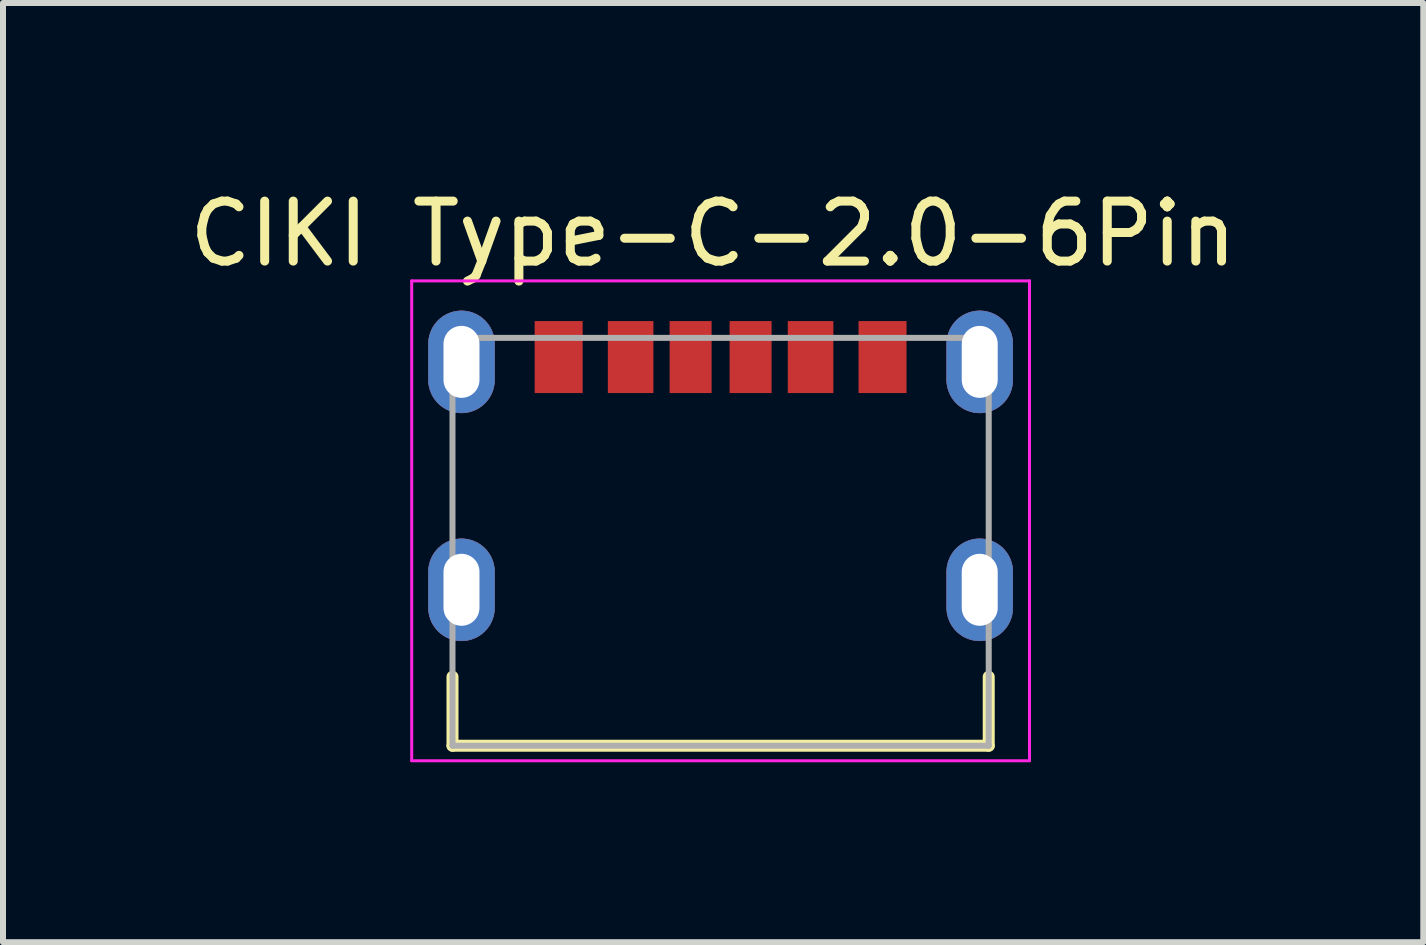
<source format=kicad_pcb>
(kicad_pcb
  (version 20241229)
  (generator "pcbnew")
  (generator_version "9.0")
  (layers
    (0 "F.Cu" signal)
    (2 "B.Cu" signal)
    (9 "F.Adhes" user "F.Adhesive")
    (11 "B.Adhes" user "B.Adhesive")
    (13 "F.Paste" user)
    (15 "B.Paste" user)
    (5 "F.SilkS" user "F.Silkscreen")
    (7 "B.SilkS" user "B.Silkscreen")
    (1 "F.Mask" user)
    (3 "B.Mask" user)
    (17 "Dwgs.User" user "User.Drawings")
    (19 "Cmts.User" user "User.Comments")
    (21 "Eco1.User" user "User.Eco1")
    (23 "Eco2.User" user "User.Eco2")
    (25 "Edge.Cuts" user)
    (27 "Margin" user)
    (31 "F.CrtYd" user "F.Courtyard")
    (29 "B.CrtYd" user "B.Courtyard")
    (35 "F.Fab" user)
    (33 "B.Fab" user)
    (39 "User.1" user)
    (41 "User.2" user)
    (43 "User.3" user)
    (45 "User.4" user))
  (footprint "CIKI Type-C-2.0-6Pin"
    (layer "F.Cu")
    (at 8.964 5.983)
    (property "Reference" "CIKI Type-C-2.0-6Pin" (at -0.125 -5.135 0) (layer "F.SilkS") (effects (font (size 1 1) (thickness 0.15))))
    (attr through_hole)
    (fp_poly (pts (xy -4.32 -3.85) (xy -4.349 -3.849) (xy -4.377 -3.847) (xy -4.406 -3.843) (xy -4.434 -3.838) (xy -4.462 -3.831) (xy -4.49 -3.823) (xy -4.517 -3.813) (xy -4.544 -3.802) (xy -4.57 -3.79) (xy -4.595 -3.776) (xy -4.62 -3.761) (xy -4.643 -3.745) (xy -4.666 -3.727) (xy -4.688 -3.709) (xy -4.709 -3.689) (xy -4.729 -3.668) (xy -4.747 -3.646) (xy -4.765 -3.623) (xy -4.781 -3.6) (xy -4.796 -3.575) (xy -4.81 -3.55) (xy -4.822 -3.524) (xy -4.833 -3.497) (xy -4.843 -3.47) (xy -4.851 -3.442) (xy -4.858 -3.414) (xy -4.863 -3.386) (xy -4.867 -3.357) (xy -4.869 -3.329) (xy -4.87 -3.3) (xy -4.87 -2.7) (xy -4.869 -2.671) (xy -4.867 -2.643) (xy -4.863 -2.614) (xy -4.858 -2.586) (xy -4.851 -2.558) (xy -4.843 -2.53) (xy -4.833 -2.503) (xy -4.822 -2.476) (xy -4.81 -2.45) (xy -4.796 -2.425) (xy -4.781 -2.4) (xy -4.765 -2.377) (xy -4.747 -2.354) (xy -4.729 -2.332) (xy -4.709 -2.311) (xy -4.688 -2.291) (xy -4.666 -2.273) (xy -4.643 -2.255) (xy -4.62 -2.239) (xy -4.595 -2.224) (xy -4.57 -2.21) (xy -4.544 -2.198) (xy -4.517 -2.187) (xy -4.49 -2.177) (xy -4.462 -2.169) (xy -4.434 -2.162) (xy -4.406 -2.157) (xy -4.377 -2.153) (xy -4.349 -2.151) (xy -4.32 -2.15) (xy -4.291 -2.151) (xy -4.263 -2.153) (xy -4.234 -2.157) (xy -4.206 -2.162) (xy -4.178 -2.169) (xy -4.15 -2.177) (xy -4.123 -2.187) (xy -4.096 -2.198) (xy -4.07 -2.21) (xy -4.045 -2.224) (xy -4.02 -2.239) (xy -3.997 -2.255) (xy -3.974 -2.273) (xy -3.952 -2.291) (xy -3.931 -2.311) (xy -3.911 -2.332) (xy -3.893 -2.354) (xy -3.875 -2.377) (xy -3.859 -2.4) (xy -3.844 -2.425) (xy -3.83 -2.45) (xy -3.818 -2.476) (xy -3.807 -2.503) (xy -3.797 -2.53) (xy -3.789 -2.558) (xy -3.782 -2.586) (xy -3.777 -2.614) (xy -3.773 -2.643) (xy -3.771 -2.671) (xy -3.77 -2.7) (xy -3.77 -3.3) (xy -3.771 -3.329) (xy -3.773 -3.357) (xy -3.777 -3.386) (xy -3.782 -3.414) (xy -3.789 -3.442) (xy -3.797 -3.47) (xy -3.807 -3.497) (xy -3.818 -3.524) (xy -3.83 -3.55) (xy -3.844 -3.575) (xy -3.859 -3.6) (xy -3.875 -3.623) (xy -3.893 -3.646) (xy -3.911 -3.668) (xy -3.931 -3.689) (xy -3.952 -3.709) (xy -3.974 -3.727) (xy -3.997 -3.745) (xy -4.02 -3.761) (xy -4.045 -3.776) (xy -4.07 -3.79) (xy -4.096 -3.802) (xy -4.123 -3.813) (xy -4.15 -3.823) (xy -4.178 -3.831) (xy -4.206 -3.838) (xy -4.234 -3.843) (xy -4.263 -3.847) (xy -4.291 -3.849) (xy -4.32 -3.85)) (stroke (width 0.01) (type solid)) (fill yes) (layer "F.Cu"))
    (fp_poly (pts (xy -4.32 -0.05) (xy -4.349 -0.049) (xy -4.377 -0.047) (xy -4.406 -0.043) (xy -4.434 -0.038) (xy -4.462 -0.031) (xy -4.49 -0.023) (xy -4.517 -0.013) (xy -4.544 -0.002) (xy -4.57 0.01) (xy -4.595 0.024) (xy -4.62 0.039) (xy -4.643 0.055) (xy -4.666 0.073) (xy -4.688 0.091) (xy -4.709 0.111) (xy -4.729 0.132) (xy -4.747 0.154) (xy -4.765 0.177) (xy -4.781 0.2) (xy -4.796 0.225) (xy -4.81 0.25) (xy -4.822 0.276) (xy -4.833 0.303) (xy -4.843 0.33) (xy -4.851 0.358) (xy -4.858 0.386) (xy -4.863 0.414) (xy -4.867 0.443) (xy -4.869 0.471) (xy -4.87 0.5) (xy -4.87 1.1) (xy -4.869 1.129) (xy -4.867 1.157) (xy -4.863 1.186) (xy -4.858 1.214) (xy -4.851 1.242) (xy -4.843 1.27) (xy -4.833 1.297) (xy -4.822 1.324) (xy -4.81 1.35) (xy -4.796 1.375) (xy -4.781 1.4) (xy -4.765 1.423) (xy -4.747 1.446) (xy -4.729 1.468) (xy -4.709 1.489) (xy -4.688 1.509) (xy -4.666 1.527) (xy -4.643 1.545) (xy -4.62 1.561) (xy -4.595 1.576) (xy -4.57 1.59) (xy -4.544 1.602) (xy -4.517 1.613) (xy -4.49 1.623) (xy -4.462 1.631) (xy -4.434 1.638) (xy -4.406 1.643) (xy -4.377 1.647) (xy -4.349 1.649) (xy -4.32 1.65) (xy -4.291 1.649) (xy -4.263 1.647) (xy -4.234 1.643) (xy -4.206 1.638) (xy -4.178 1.631) (xy -4.15 1.623) (xy -4.123 1.613) (xy -4.096 1.602) (xy -4.07 1.59) (xy -4.045 1.576) (xy -4.02 1.561) (xy -3.997 1.545) (xy -3.974 1.527) (xy -3.952 1.509) (xy -3.931 1.489) (xy -3.911 1.468) (xy -3.893 1.446) (xy -3.875 1.423) (xy -3.859 1.4) (xy -3.844 1.375) (xy -3.83 1.35) (xy -3.818 1.324) (xy -3.807 1.297) (xy -3.797 1.27) (xy -3.789 1.242) (xy -3.782 1.214) (xy -3.777 1.186) (xy -3.773 1.157) (xy -3.771 1.129) (xy -3.77 1.1) (xy -3.77 0.5) (xy -3.771 0.471) (xy -3.773 0.443) (xy -3.777 0.414) (xy -3.782 0.386) (xy -3.789 0.358) (xy -3.797 0.33) (xy -3.807 0.303) (xy -3.818 0.276) (xy -3.83 0.25) (xy -3.844 0.225) (xy -3.859 0.2) (xy -3.875 0.177) (xy -3.893 0.154) (xy -3.911 0.132) (xy -3.931 0.111) (xy -3.952 0.091) (xy -3.974 0.073) (xy -3.997 0.055) (xy -4.02 0.039) (xy -4.045 0.024) (xy -4.07 0.01) (xy -4.096 -0.002) (xy -4.123 -0.013) (xy -4.15 -0.023) (xy -4.178 -0.031) (xy -4.206 -0.038) (xy -4.234 -0.043) (xy -4.263 -0.047) (xy -4.291 -0.049) (xy -4.32 -0.05)) (stroke (width 0.01) (type solid)) (fill yes) (layer "F.Cu"))
    (fp_poly (pts (xy 4.32 -3.85) (xy 4.291 -3.849) (xy 4.263 -3.847) (xy 4.234 -3.843) (xy 4.206 -3.838) (xy 4.178 -3.831) (xy 4.15 -3.823) (xy 4.123 -3.813) (xy 4.096 -3.802) (xy 4.07 -3.79) (xy 4.045 -3.776) (xy 4.02 -3.761) (xy 3.997 -3.745) (xy 3.974 -3.727) (xy 3.952 -3.709) (xy 3.931 -3.689) (xy 3.911 -3.668) (xy 3.893 -3.646) (xy 3.875 -3.623) (xy 3.859 -3.6) (xy 3.844 -3.575) (xy 3.83 -3.55) (xy 3.818 -3.524) (xy 3.807 -3.497) (xy 3.797 -3.47) (xy 3.789 -3.442) (xy 3.782 -3.414) (xy 3.777 -3.386) (xy 3.773 -3.357) (xy 3.771 -3.329) (xy 3.77 -3.3) (xy 3.77 -2.7) (xy 3.771 -2.671) (xy 3.773 -2.643) (xy 3.777 -2.614) (xy 3.782 -2.586) (xy 3.789 -2.558) (xy 3.797 -2.53) (xy 3.807 -2.503) (xy 3.818 -2.476) (xy 3.83 -2.45) (xy 3.844 -2.425) (xy 3.859 -2.4) (xy 3.875 -2.377) (xy 3.893 -2.354) (xy 3.911 -2.332) (xy 3.931 -2.311) (xy 3.952 -2.291) (xy 3.974 -2.273) (xy 3.997 -2.255) (xy 4.02 -2.239) (xy 4.045 -2.224) (xy 4.07 -2.21) (xy 4.096 -2.198) (xy 4.123 -2.187) (xy 4.15 -2.177) (xy 4.178 -2.169) (xy 4.206 -2.162) (xy 4.234 -2.157) (xy 4.263 -2.153) (xy 4.291 -2.151) (xy 4.32 -2.15) (xy 4.349 -2.151) (xy 4.377 -2.153) (xy 4.406 -2.157) (xy 4.434 -2.162) (xy 4.462 -2.169) (xy 4.49 -2.177) (xy 4.517 -2.187) (xy 4.544 -2.198) (xy 4.57 -2.21) (xy 4.595 -2.224) (xy 4.62 -2.239) (xy 4.643 -2.255) (xy 4.666 -2.273) (xy 4.688 -2.291) (xy 4.709 -2.311) (xy 4.729 -2.332) (xy 4.747 -2.354) (xy 4.765 -2.377) (xy 4.781 -2.4) (xy 4.796 -2.425) (xy 4.81 -2.45) (xy 4.822 -2.476) (xy 4.833 -2.503) (xy 4.843 -2.53) (xy 4.851 -2.558) (xy 4.858 -2.586) (xy 4.863 -2.614) (xy 4.867 -2.643) (xy 4.869 -2.671) (xy 4.87 -2.7) (xy 4.87 -3.3) (xy 4.869 -3.329) (xy 4.867 -3.357) (xy 4.863 -3.386) (xy 4.858 -3.414) (xy 4.851 -3.442) (xy 4.843 -3.47) (xy 4.833 -3.497) (xy 4.822 -3.524) (xy 4.81 -3.55) (xy 4.796 -3.575) (xy 4.781 -3.6) (xy 4.765 -3.623) (xy 4.747 -3.646) (xy 4.729 -3.668) (xy 4.709 -3.689) (xy 4.688 -3.709) (xy 4.666 -3.727) (xy 4.643 -3.745) (xy 4.62 -3.761) (xy 4.595 -3.776) (xy 4.57 -3.79) (xy 4.544 -3.802) (xy 4.517 -3.813) (xy 4.49 -3.823) (xy 4.462 -3.831) (xy 4.434 -3.838) (xy 4.406 -3.843) (xy 4.377 -3.847) (xy 4.349 -3.849) (xy 4.32 -3.85)) (stroke (width 0.01) (type solid)) (fill yes) (layer "F.Cu"))
    (fp_poly (pts (xy 4.32 -0.05) (xy 4.291 -0.049) (xy 4.263 -0.047) (xy 4.234 -0.043) (xy 4.206 -0.038) (xy 4.178 -0.031) (xy 4.15 -0.023) (xy 4.123 -0.013) (xy 4.096 -0.002) (xy 4.07 0.01) (xy 4.045 0.024) (xy 4.02 0.039) (xy 3.997 0.055) (xy 3.974 0.073) (xy 3.952 0.091) (xy 3.931 0.111) (xy 3.911 0.132) (xy 3.893 0.154) (xy 3.875 0.177) (xy 3.859 0.2) (xy 3.844 0.225) (xy 3.83 0.25) (xy 3.818 0.276) (xy 3.807 0.303) (xy 3.797 0.33) (xy 3.789 0.358) (xy 3.782 0.386) (xy 3.777 0.414) (xy 3.773 0.443) (xy 3.771 0.471) (xy 3.77 0.5) (xy 3.77 1.1) (xy 3.771 1.129) (xy 3.773 1.157) (xy 3.777 1.186) (xy 3.782 1.214) (xy 3.789 1.242) (xy 3.797 1.27) (xy 3.807 1.297) (xy 3.818 1.324) (xy 3.83 1.35) (xy 3.844 1.375) (xy 3.859 1.4) (xy 3.875 1.423) (xy 3.893 1.446) (xy 3.911 1.468) (xy 3.931 1.489) (xy 3.952 1.509) (xy 3.974 1.527) (xy 3.997 1.545) (xy 4.02 1.561) (xy 4.045 1.576) (xy 4.07 1.59) (xy 4.096 1.602) (xy 4.123 1.613) (xy 4.15 1.623) (xy 4.178 1.631) (xy 4.206 1.638) (xy 4.234 1.643) (xy 4.263 1.647) (xy 4.291 1.649) (xy 4.32 1.65) (xy 4.349 1.649) (xy 4.377 1.647) (xy 4.406 1.643) (xy 4.434 1.638) (xy 4.462 1.631) (xy 4.49 1.623) (xy 4.517 1.613) (xy 4.544 1.602) (xy 4.57 1.59) (xy 4.595 1.576) (xy 4.62 1.561) (xy 4.643 1.545) (xy 4.666 1.527) (xy 4.688 1.509) (xy 4.709 1.489) (xy 4.729 1.468) (xy 4.747 1.446) (xy 4.765 1.423) (xy 4.781 1.4) (xy 4.796 1.375) (xy 4.81 1.35) (xy 4.822 1.324) (xy 4.833 1.297) (xy 4.843 1.27) (xy 4.851 1.242) (xy 4.858 1.214) (xy 4.863 1.186) (xy 4.867 1.157) (xy 4.869 1.129) (xy 4.87 1.1) (xy 4.87 0.5) (xy 4.869 0.471) (xy 4.867 0.443) (xy 4.863 0.414) (xy 4.858 0.386) (xy 4.851 0.358) (xy 4.843 0.33) (xy 4.833 0.303) (xy 4.822 0.276) (xy 4.81 0.25) (xy 4.796 0.225) (xy 4.781 0.2) (xy 4.765 0.177) (xy 4.747 0.154) (xy 4.729 0.132) (xy 4.709 0.111) (xy 4.688 0.091) (xy 4.666 0.073) (xy 4.643 0.055) (xy 4.62 0.039) (xy 4.595 0.024) (xy 4.57 0.01) (xy 4.544 -0.002) (xy 4.517 -0.013) (xy 4.49 -0.023) (xy 4.462 -0.031) (xy 4.434 -0.038) (xy 4.406 -0.043) (xy 4.377 -0.047) (xy 4.349 -0.049) (xy 4.32 -0.05)) (stroke (width 0.01) (type solid)) (fill yes) (layer "F.Cu"))
    (fp_poly (pts (xy -4.32 -3.95) (xy -4.354 -3.949) (xy -4.388 -3.946) (xy -4.422 -3.942) (xy -4.455 -3.936) (xy -4.488 -3.928) (xy -4.521 -3.918) (xy -4.553 -3.907) (xy -4.584 -3.894) (xy -4.615 -3.879) (xy -4.645 -3.863) (xy -4.674 -3.845) (xy -4.702 -3.826) (xy -4.729 -3.805) (xy -4.755 -3.783) (xy -4.78 -3.76) (xy -4.803 -3.735) (xy -4.825 -3.709) (xy -4.846 -3.682) (xy -4.865 -3.654) (xy -4.883 -3.625) (xy -4.899 -3.595) (xy -4.914 -3.564) (xy -4.927 -3.533) (xy -4.938 -3.501) (xy -4.948 -3.468) (xy -4.956 -3.435) (xy -4.962 -3.402) (xy -4.966 -3.368) (xy -4.969 -3.334) (xy -4.97 -3.3) (xy -4.97 -2.7) (xy -4.969 -2.666) (xy -4.966 -2.632) (xy -4.962 -2.598) (xy -4.956 -2.565) (xy -4.948 -2.532) (xy -4.938 -2.499) (xy -4.927 -2.467) (xy -4.914 -2.436) (xy -4.899 -2.405) (xy -4.883 -2.375) (xy -4.865 -2.346) (xy -4.846 -2.318) (xy -4.825 -2.291) (xy -4.803 -2.265) (xy -4.78 -2.24) (xy -4.755 -2.217) (xy -4.729 -2.195) (xy -4.702 -2.174) (xy -4.674 -2.155) (xy -4.645 -2.137) (xy -4.615 -2.121) (xy -4.584 -2.106) (xy -4.553 -2.093) (xy -4.521 -2.082) (xy -4.488 -2.072) (xy -4.455 -2.064) (xy -4.422 -2.058) (xy -4.388 -2.054) (xy -4.354 -2.051) (xy -4.32 -2.05) (xy -4.286 -2.051) (xy -4.252 -2.054) (xy -4.218 -2.058) (xy -4.185 -2.064) (xy -4.152 -2.072) (xy -4.119 -2.082) (xy -4.087 -2.093) (xy -4.056 -2.106) (xy -4.025 -2.121) (xy -3.995 -2.137) (xy -3.966 -2.155) (xy -3.938 -2.174) (xy -3.911 -2.195) (xy -3.885 -2.217) (xy -3.86 -2.24) (xy -3.837 -2.265) (xy -3.815 -2.291) (xy -3.794 -2.318) (xy -3.775 -2.346) (xy -3.757 -2.375) (xy -3.741 -2.405) (xy -3.726 -2.436) (xy -3.713 -2.467) (xy -3.702 -2.499) (xy -3.692 -2.532) (xy -3.684 -2.565) (xy -3.678 -2.598) (xy -3.674 -2.632) (xy -3.671 -2.666) (xy -3.67 -2.7) (xy -3.67 -3.3) (xy -3.671 -3.334) (xy -3.674 -3.368) (xy -3.678 -3.402) (xy -3.684 -3.435) (xy -3.692 -3.468) (xy -3.702 -3.501) (xy -3.713 -3.533) (xy -3.726 -3.564) (xy -3.741 -3.595) (xy -3.757 -3.625) (xy -3.775 -3.654) (xy -3.794 -3.682) (xy -3.815 -3.709) (xy -3.837 -3.735) (xy -3.86 -3.76) (xy -3.885 -3.783) (xy -3.911 -3.805) (xy -3.938 -3.826) (xy -3.966 -3.845) (xy -3.995 -3.863) (xy -4.025 -3.879) (xy -4.056 -3.894) (xy -4.087 -3.907) (xy -4.119 -3.918) (xy -4.152 -3.928) (xy -4.185 -3.936) (xy -4.218 -3.942) (xy -4.252 -3.946) (xy -4.286 -3.949) (xy -4.32 -3.95)) (stroke (width 0.01) (type solid)) (fill yes) (layer "F.Mask"))
    (fp_poly (pts (xy -4.32 -0.15) (xy -4.354 -0.149) (xy -4.388 -0.146) (xy -4.422 -0.142) (xy -4.455 -0.136) (xy -4.488 -0.128) (xy -4.521 -0.118) (xy -4.553 -0.107) (xy -4.584 -0.094) (xy -4.615 -0.079) (xy -4.645 -0.063) (xy -4.674 -0.045) (xy -4.702 -0.026) (xy -4.729 -0.005) (xy -4.755 0.017) (xy -4.78 0.04) (xy -4.803 0.065) (xy -4.825 0.091) (xy -4.846 0.118) (xy -4.865 0.146) (xy -4.883 0.175) (xy -4.899 0.205) (xy -4.914 0.236) (xy -4.927 0.267) (xy -4.938 0.299) (xy -4.948 0.332) (xy -4.956 0.365) (xy -4.962 0.398) (xy -4.966 0.432) (xy -4.969 0.466) (xy -4.97 0.5) (xy -4.97 1.1) (xy -4.969 1.134) (xy -4.966 1.168) (xy -4.962 1.202) (xy -4.956 1.235) (xy -4.948 1.268) (xy -4.938 1.301) (xy -4.927 1.333) (xy -4.914 1.364) (xy -4.899 1.395) (xy -4.883 1.425) (xy -4.865 1.454) (xy -4.846 1.482) (xy -4.825 1.509) (xy -4.803 1.535) (xy -4.78 1.56) (xy -4.755 1.583) (xy -4.729 1.605) (xy -4.702 1.626) (xy -4.674 1.645) (xy -4.645 1.663) (xy -4.615 1.679) (xy -4.584 1.694) (xy -4.553 1.707) (xy -4.521 1.718) (xy -4.488 1.728) (xy -4.455 1.736) (xy -4.422 1.742) (xy -4.388 1.746) (xy -4.354 1.749) (xy -4.32 1.75) (xy -4.286 1.749) (xy -4.252 1.746) (xy -4.218 1.742) (xy -4.185 1.736) (xy -4.152 1.728) (xy -4.119 1.718) (xy -4.087 1.707) (xy -4.056 1.694) (xy -4.025 1.679) (xy -3.995 1.663) (xy -3.966 1.645) (xy -3.938 1.626) (xy -3.911 1.605) (xy -3.885 1.583) (xy -3.86 1.56) (xy -3.837 1.535) (xy -3.815 1.509) (xy -3.794 1.482) (xy -3.775 1.454) (xy -3.757 1.425) (xy -3.741 1.395) (xy -3.726 1.364) (xy -3.713 1.333) (xy -3.702 1.301) (xy -3.692 1.268) (xy -3.684 1.235) (xy -3.678 1.202) (xy -3.674 1.168) (xy -3.671 1.134) (xy -3.67 1.1) (xy -3.67 0.5) (xy -3.671 0.466) (xy -3.674 0.432) (xy -3.678 0.398) (xy -3.684 0.365) (xy -3.692 0.332) (xy -3.702 0.299) (xy -3.713 0.267) (xy -3.726 0.236) (xy -3.741 0.205) (xy -3.757 0.175) (xy -3.775 0.146) (xy -3.794 0.118) (xy -3.815 0.091) (xy -3.837 0.065) (xy -3.86 0.04) (xy -3.885 0.017) (xy -3.911 -0.005) (xy -3.938 -0.026) (xy -3.966 -0.045) (xy -3.995 -0.063) (xy -4.025 -0.079) (xy -4.056 -0.094) (xy -4.087 -0.107) (xy -4.119 -0.118) (xy -4.152 -0.128) (xy -4.185 -0.136) (xy -4.218 -0.142) (xy -4.252 -0.146) (xy -4.286 -0.149) (xy -4.32 -0.15)) (stroke (width 0.01) (type solid)) (fill yes) (layer "F.Mask"))
    (fp_poly (pts (xy 4.32 -3.95) (xy 4.286 -3.949) (xy 4.252 -3.946) (xy 4.218 -3.942) (xy 4.185 -3.936) (xy 4.152 -3.928) (xy 4.119 -3.918) (xy 4.087 -3.907) (xy 4.056 -3.894) (xy 4.025 -3.879) (xy 3.995 -3.863) (xy 3.966 -3.845) (xy 3.938 -3.826) (xy 3.911 -3.805) (xy 3.885 -3.783) (xy 3.86 -3.76) (xy 3.837 -3.735) (xy 3.815 -3.709) (xy 3.794 -3.682) (xy 3.775 -3.654) (xy 3.757 -3.625) (xy 3.741 -3.595) (xy 3.726 -3.564) (xy 3.713 -3.533) (xy 3.702 -3.501) (xy 3.692 -3.468) (xy 3.684 -3.435) (xy 3.678 -3.402) (xy 3.674 -3.368) (xy 3.671 -3.334) (xy 3.67 -3.3) (xy 3.67 -2.7) (xy 3.671 -2.666) (xy 3.674 -2.632) (xy 3.678 -2.598) (xy 3.684 -2.565) (xy 3.692 -2.532) (xy 3.702 -2.499) (xy 3.713 -2.467) (xy 3.726 -2.436) (xy 3.741 -2.405) (xy 3.757 -2.375) (xy 3.775 -2.346) (xy 3.794 -2.318) (xy 3.815 -2.291) (xy 3.837 -2.265) (xy 3.86 -2.24) (xy 3.885 -2.217) (xy 3.911 -2.195) (xy 3.938 -2.174) (xy 3.966 -2.155) (xy 3.995 -2.137) (xy 4.025 -2.121) (xy 4.056 -2.106) (xy 4.087 -2.093) (xy 4.119 -2.082) (xy 4.152 -2.072) (xy 4.185 -2.064) (xy 4.218 -2.058) (xy 4.252 -2.054) (xy 4.286 -2.051) (xy 4.32 -2.05) (xy 4.354 -2.051) (xy 4.388 -2.054) (xy 4.422 -2.058) (xy 4.455 -2.064) (xy 4.488 -2.072) (xy 4.521 -2.082) (xy 4.553 -2.093) (xy 4.584 -2.106) (xy 4.615 -2.121) (xy 4.645 -2.137) (xy 4.674 -2.155) (xy 4.702 -2.174) (xy 4.729 -2.195) (xy 4.755 -2.217) (xy 4.78 -2.24) (xy 4.803 -2.265) (xy 4.825 -2.291) (xy 4.846 -2.318) (xy 4.865 -2.346) (xy 4.883 -2.375) (xy 4.899 -2.405) (xy 4.914 -2.436) (xy 4.927 -2.467) (xy 4.938 -2.499) (xy 4.948 -2.532) (xy 4.956 -2.565) (xy 4.962 -2.598) (xy 4.966 -2.632) (xy 4.969 -2.666) (xy 4.97 -2.7) (xy 4.97 -3.3) (xy 4.969 -3.334) (xy 4.966 -3.368) (xy 4.962 -3.402) (xy 4.956 -3.435) (xy 4.948 -3.468) (xy 4.938 -3.501) (xy 4.927 -3.533) (xy 4.914 -3.564) (xy 4.899 -3.595) (xy 4.883 -3.625) (xy 4.865 -3.654) (xy 4.846 -3.682) (xy 4.825 -3.709) (xy 4.803 -3.735) (xy 4.78 -3.76) (xy 4.755 -3.783) (xy 4.729 -3.805) (xy 4.702 -3.826) (xy 4.674 -3.845) (xy 4.645 -3.863) (xy 4.615 -3.879) (xy 4.584 -3.894) (xy 4.553 -3.907) (xy 4.521 -3.918) (xy 4.488 -3.928) (xy 4.455 -3.936) (xy 4.422 -3.942) (xy 4.388 -3.946) (xy 4.354 -3.949) (xy 4.32 -3.95)) (stroke (width 0.01) (type solid)) (fill yes) (layer "F.Mask"))
    (fp_poly (pts (xy 4.32 -0.15) (xy 4.286 -0.149) (xy 4.252 -0.146) (xy 4.218 -0.142) (xy 4.185 -0.136) (xy 4.152 -0.128) (xy 4.119 -0.118) (xy 4.087 -0.107) (xy 4.056 -0.094) (xy 4.025 -0.079) (xy 3.995 -0.063) (xy 3.966 -0.045) (xy 3.938 -0.026) (xy 3.911 -0.005) (xy 3.885 0.017) (xy 3.86 0.04) (xy 3.837 0.065) (xy 3.815 0.091) (xy 3.794 0.118) (xy 3.775 0.146) (xy 3.757 0.175) (xy 3.741 0.205) (xy 3.726 0.236) (xy 3.713 0.267) (xy 3.702 0.299) (xy 3.692 0.332) (xy 3.684 0.365) (xy 3.678 0.398) (xy 3.674 0.432) (xy 3.671 0.466) (xy 3.67 0.5) (xy 3.67 1.1) (xy 3.671 1.134) (xy 3.674 1.168) (xy 3.678 1.202) (xy 3.684 1.235) (xy 3.692 1.268) (xy 3.702 1.301) (xy 3.713 1.333) (xy 3.726 1.364) (xy 3.741 1.395) (xy 3.757 1.425) (xy 3.775 1.454) (xy 3.794 1.482) (xy 3.815 1.509) (xy 3.837 1.535) (xy 3.86 1.56) (xy 3.885 1.583) (xy 3.911 1.605) (xy 3.938 1.626) (xy 3.966 1.645) (xy 3.995 1.663) (xy 4.025 1.679) (xy 4.056 1.694) (xy 4.087 1.707) (xy 4.119 1.718) (xy 4.152 1.728) (xy 4.185 1.736) (xy 4.218 1.742) (xy 4.252 1.746) (xy 4.286 1.749) (xy 4.32 1.75) (xy 4.354 1.749) (xy 4.388 1.746) (xy 4.422 1.742) (xy 4.455 1.736) (xy 4.488 1.728) (xy 4.521 1.718) (xy 4.553 1.707) (xy 4.584 1.694) (xy 4.615 1.679) (xy 4.645 1.663) (xy 4.674 1.645) (xy 4.702 1.626) (xy 4.729 1.605) (xy 4.755 1.583) (xy 4.78 1.56) (xy 4.803 1.535) (xy 4.825 1.509) (xy 4.846 1.482) (xy 4.865 1.454) (xy 4.883 1.425) (xy 4.899 1.395) (xy 4.914 1.364) (xy 4.927 1.333) (xy 4.938 1.301) (xy 4.948 1.268) (xy 4.956 1.235) (xy 4.962 1.202) (xy 4.966 1.168) (xy 4.969 1.134) (xy 4.97 1.1) (xy 4.97 0.5) (xy 4.969 0.466) (xy 4.966 0.432) (xy 4.962 0.398) (xy 4.956 0.365) (xy 4.948 0.332) (xy 4.938 0.299) (xy 4.927 0.267) (xy 4.914 0.236) (xy 4.899 0.205) (xy 4.883 0.175) (xy 4.865 0.146) (xy 4.846 0.118) (xy 4.825 0.091) (xy 4.803 0.065) (xy 4.78 0.04) (xy 4.755 0.017) (xy 4.729 -0.005) (xy 4.702 -0.026) (xy 4.674 -0.045) (xy 4.645 -0.063) (xy 4.615 -0.079) (xy 4.584 -0.094) (xy 4.553 -0.107) (xy 4.521 -0.118) (xy 4.488 -0.128) (xy 4.455 -0.136) (xy 4.422 -0.142) (xy 4.388 -0.146) (xy 4.354 -0.149) (xy 4.32 -0.15)) (stroke (width 0.01) (type solid)) (fill yes) (layer "F.Mask"))
    (fp_poly (pts (xy -4.32 -3.85) (xy -4.349 -3.849) (xy -4.377 -3.847) (xy -4.406 -3.843) (xy -4.434 -3.838) (xy -4.462 -3.831) (xy -4.49 -3.823) (xy -4.517 -3.813) (xy -4.544 -3.802) (xy -4.57 -3.79) (xy -4.595 -3.776) (xy -4.62 -3.761) (xy -4.643 -3.745) (xy -4.666 -3.727) (xy -4.688 -3.709) (xy -4.709 -3.689) (xy -4.729 -3.668) (xy -4.747 -3.646) (xy -4.765 -3.623) (xy -4.781 -3.6) (xy -4.796 -3.575) (xy -4.81 -3.55) (xy -4.822 -3.524) (xy -4.833 -3.497) (xy -4.843 -3.47) (xy -4.851 -3.442) (xy -4.858 -3.414) (xy -4.863 -3.386) (xy -4.867 -3.357) (xy -4.869 -3.329) (xy -4.87 -3.3) (xy -4.87 -2.7) (xy -4.869 -2.671) (xy -4.867 -2.643) (xy -4.863 -2.614) (xy -4.858 -2.586) (xy -4.851 -2.558) (xy -4.843 -2.53) (xy -4.833 -2.503) (xy -4.822 -2.476) (xy -4.81 -2.45) (xy -4.796 -2.425) (xy -4.781 -2.4) (xy -4.765 -2.377) (xy -4.747 -2.354) (xy -4.729 -2.332) (xy -4.709 -2.311) (xy -4.688 -2.291) (xy -4.666 -2.273) (xy -4.643 -2.255) (xy -4.62 -2.239) (xy -4.595 -2.224) (xy -4.57 -2.21) (xy -4.544 -2.198) (xy -4.517 -2.187) (xy -4.49 -2.177) (xy -4.462 -2.169) (xy -4.434 -2.162) (xy -4.406 -2.157) (xy -4.377 -2.153) (xy -4.349 -2.151) (xy -4.32 -2.15) (xy -4.291 -2.151) (xy -4.263 -2.153) (xy -4.234 -2.157) (xy -4.206 -2.162) (xy -4.178 -2.169) (xy -4.15 -2.177) (xy -4.123 -2.187) (xy -4.096 -2.198) (xy -4.07 -2.21) (xy -4.045 -2.224) (xy -4.02 -2.239) (xy -3.997 -2.255) (xy -3.974 -2.273) (xy -3.952 -2.291) (xy -3.931 -2.311) (xy -3.911 -2.332) (xy -3.893 -2.354) (xy -3.875 -2.377) (xy -3.859 -2.4) (xy -3.844 -2.425) (xy -3.83 -2.45) (xy -3.818 -2.476) (xy -3.807 -2.503) (xy -3.797 -2.53) (xy -3.789 -2.558) (xy -3.782 -2.586) (xy -3.777 -2.614) (xy -3.773 -2.643) (xy -3.771 -2.671) (xy -3.77 -2.7) (xy -3.77 -3.3) (xy -3.771 -3.329) (xy -3.773 -3.357) (xy -3.777 -3.386) (xy -3.782 -3.414) (xy -3.789 -3.442) (xy -3.797 -3.47) (xy -3.807 -3.497) (xy -3.818 -3.524) (xy -3.83 -3.55) (xy -3.844 -3.575) (xy -3.859 -3.6) (xy -3.875 -3.623) (xy -3.893 -3.646) (xy -3.911 -3.668) (xy -3.931 -3.689) (xy -3.952 -3.709) (xy -3.974 -3.727) (xy -3.997 -3.745) (xy -4.02 -3.761) (xy -4.045 -3.776) (xy -4.07 -3.79) (xy -4.096 -3.802) (xy -4.123 -3.813) (xy -4.15 -3.823) (xy -4.178 -3.831) (xy -4.206 -3.838) (xy -4.234 -3.843) (xy -4.263 -3.847) (xy -4.291 -3.849) (xy -4.32 -3.85)) (stroke (width 0.01) (type solid)) (fill yes) (layer "B.Cu"))
    (fp_poly (pts (xy -4.32 -0.05) (xy -4.349 -0.049) (xy -4.377 -0.047) (xy -4.406 -0.043) (xy -4.434 -0.038) (xy -4.462 -0.031) (xy -4.49 -0.023) (xy -4.517 -0.013) (xy -4.544 -0.002) (xy -4.57 0.01) (xy -4.595 0.024) (xy -4.62 0.039) (xy -4.643 0.055) (xy -4.666 0.073) (xy -4.688 0.091) (xy -4.709 0.111) (xy -4.729 0.132) (xy -4.747 0.154) (xy -4.765 0.177) (xy -4.781 0.2) (xy -4.796 0.225) (xy -4.81 0.25) (xy -4.822 0.276) (xy -4.833 0.303) (xy -4.843 0.33) (xy -4.851 0.358) (xy -4.858 0.386) (xy -4.863 0.414) (xy -4.867 0.443) (xy -4.869 0.471) (xy -4.87 0.5) (xy -4.87 1.1) (xy -4.869 1.129) (xy -4.867 1.157) (xy -4.863 1.186) (xy -4.858 1.214) (xy -4.851 1.242) (xy -4.843 1.27) (xy -4.833 1.297) (xy -4.822 1.324) (xy -4.81 1.35) (xy -4.796 1.375) (xy -4.781 1.4) (xy -4.765 1.423) (xy -4.747 1.446) (xy -4.729 1.468) (xy -4.709 1.489) (xy -4.688 1.509) (xy -4.666 1.527) (xy -4.643 1.545) (xy -4.62 1.561) (xy -4.595 1.576) (xy -4.57 1.59) (xy -4.544 1.602) (xy -4.517 1.613) (xy -4.49 1.623) (xy -4.462 1.631) (xy -4.434 1.638) (xy -4.406 1.643) (xy -4.377 1.647) (xy -4.349 1.649) (xy -4.32 1.65) (xy -4.291 1.649) (xy -4.263 1.647) (xy -4.234 1.643) (xy -4.206 1.638) (xy -4.178 1.631) (xy -4.15 1.623) (xy -4.123 1.613) (xy -4.096 1.602) (xy -4.07 1.59) (xy -4.045 1.576) (xy -4.02 1.561) (xy -3.997 1.545) (xy -3.974 1.527) (xy -3.952 1.509) (xy -3.931 1.489) (xy -3.911 1.468) (xy -3.893 1.446) (xy -3.875 1.423) (xy -3.859 1.4) (xy -3.844 1.375) (xy -3.83 1.35) (xy -3.818 1.324) (xy -3.807 1.297) (xy -3.797 1.27) (xy -3.789 1.242) (xy -3.782 1.214) (xy -3.777 1.186) (xy -3.773 1.157) (xy -3.771 1.129) (xy -3.77 1.1) (xy -3.77 0.5) (xy -3.771 0.471) (xy -3.773 0.443) (xy -3.777 0.414) (xy -3.782 0.386) (xy -3.789 0.358) (xy -3.797 0.33) (xy -3.807 0.303) (xy -3.818 0.276) (xy -3.83 0.25) (xy -3.844 0.225) (xy -3.859 0.2) (xy -3.875 0.177) (xy -3.893 0.154) (xy -3.911 0.132) (xy -3.931 0.111) (xy -3.952 0.091) (xy -3.974 0.073) (xy -3.997 0.055) (xy -4.02 0.039) (xy -4.045 0.024) (xy -4.07 0.01) (xy -4.096 -0.002) (xy -4.123 -0.013) (xy -4.15 -0.023) (xy -4.178 -0.031) (xy -4.206 -0.038) (xy -4.234 -0.043) (xy -4.263 -0.047) (xy -4.291 -0.049) (xy -4.32 -0.05)) (stroke (width 0.01) (type solid)) (fill yes) (layer "B.Cu"))
    (fp_poly (pts (xy 4.32 -3.85) (xy 4.291 -3.849) (xy 4.263 -3.847) (xy 4.234 -3.843) (xy 4.206 -3.838) (xy 4.178 -3.831) (xy 4.15 -3.823) (xy 4.123 -3.813) (xy 4.096 -3.802) (xy 4.07 -3.79) (xy 4.045 -3.776) (xy 4.02 -3.761) (xy 3.997 -3.745) (xy 3.974 -3.727) (xy 3.952 -3.709) (xy 3.931 -3.689) (xy 3.911 -3.668) (xy 3.893 -3.646) (xy 3.875 -3.623) (xy 3.859 -3.6) (xy 3.844 -3.575) (xy 3.83 -3.55) (xy 3.818 -3.524) (xy 3.807 -3.497) (xy 3.797 -3.47) (xy 3.789 -3.442) (xy 3.782 -3.414) (xy 3.777 -3.386) (xy 3.773 -3.357) (xy 3.771 -3.329) (xy 3.77 -3.3) (xy 3.77 -2.7) (xy 3.771 -2.671) (xy 3.773 -2.643) (xy 3.777 -2.614) (xy 3.782 -2.586) (xy 3.789 -2.558) (xy 3.797 -2.53) (xy 3.807 -2.503) (xy 3.818 -2.476) (xy 3.83 -2.45) (xy 3.844 -2.425) (xy 3.859 -2.4) (xy 3.875 -2.377) (xy 3.893 -2.354) (xy 3.911 -2.332) (xy 3.931 -2.311) (xy 3.952 -2.291) (xy 3.974 -2.273) (xy 3.997 -2.255) (xy 4.02 -2.239) (xy 4.045 -2.224) (xy 4.07 -2.21) (xy 4.096 -2.198) (xy 4.123 -2.187) (xy 4.15 -2.177) (xy 4.178 -2.169) (xy 4.206 -2.162) (xy 4.234 -2.157) (xy 4.263 -2.153) (xy 4.291 -2.151) (xy 4.32 -2.15) (xy 4.349 -2.151) (xy 4.377 -2.153) (xy 4.406 -2.157) (xy 4.434 -2.162) (xy 4.462 -2.169) (xy 4.49 -2.177) (xy 4.517 -2.187) (xy 4.544 -2.198) (xy 4.57 -2.21) (xy 4.595 -2.224) (xy 4.62 -2.239) (xy 4.643 -2.255) (xy 4.666 -2.273) (xy 4.688 -2.291) (xy 4.709 -2.311) (xy 4.729 -2.332) (xy 4.747 -2.354) (xy 4.765 -2.377) (xy 4.781 -2.4) (xy 4.796 -2.425) (xy 4.81 -2.45) (xy 4.822 -2.476) (xy 4.833 -2.503) (xy 4.843 -2.53) (xy 4.851 -2.558) (xy 4.858 -2.586) (xy 4.863 -2.614) (xy 4.867 -2.643) (xy 4.869 -2.671) (xy 4.87 -2.7) (xy 4.87 -3.3) (xy 4.869 -3.329) (xy 4.867 -3.357) (xy 4.863 -3.386) (xy 4.858 -3.414) (xy 4.851 -3.442) (xy 4.843 -3.47) (xy 4.833 -3.497) (xy 4.822 -3.524) (xy 4.81 -3.55) (xy 4.796 -3.575) (xy 4.781 -3.6) (xy 4.765 -3.623) (xy 4.747 -3.646) (xy 4.729 -3.668) (xy 4.709 -3.689) (xy 4.688 -3.709) (xy 4.666 -3.727) (xy 4.643 -3.745) (xy 4.62 -3.761) (xy 4.595 -3.776) (xy 4.57 -3.79) (xy 4.544 -3.802) (xy 4.517 -3.813) (xy 4.49 -3.823) (xy 4.462 -3.831) (xy 4.434 -3.838) (xy 4.406 -3.843) (xy 4.377 -3.847) (xy 4.349 -3.849) (xy 4.32 -3.85)) (stroke (width 0.01) (type solid)) (fill yes) (layer "B.Cu"))
    (fp_poly (pts (xy 4.32 -0.05) (xy 4.291 -0.049) (xy 4.263 -0.047) (xy 4.234 -0.043) (xy 4.206 -0.038) (xy 4.178 -0.031) (xy 4.15 -0.023) (xy 4.123 -0.013) (xy 4.096 -0.002) (xy 4.07 0.01) (xy 4.045 0.024) (xy 4.02 0.039) (xy 3.997 0.055) (xy 3.974 0.073) (xy 3.952 0.091) (xy 3.931 0.111) (xy 3.911 0.132) (xy 3.893 0.154) (xy 3.875 0.177) (xy 3.859 0.2) (xy 3.844 0.225) (xy 3.83 0.25) (xy 3.818 0.276) (xy 3.807 0.303) (xy 3.797 0.33) (xy 3.789 0.358) (xy 3.782 0.386) (xy 3.777 0.414) (xy 3.773 0.443) (xy 3.771 0.471) (xy 3.77 0.5) (xy 3.77 1.1) (xy 3.771 1.129) (xy 3.773 1.157) (xy 3.777 1.186) (xy 3.782 1.214) (xy 3.789 1.242) (xy 3.797 1.27) (xy 3.807 1.297) (xy 3.818 1.324) (xy 3.83 1.35) (xy 3.844 1.375) (xy 3.859 1.4) (xy 3.875 1.423) (xy 3.893 1.446) (xy 3.911 1.468) (xy 3.931 1.489) (xy 3.952 1.509) (xy 3.974 1.527) (xy 3.997 1.545) (xy 4.02 1.561) (xy 4.045 1.576) (xy 4.07 1.59) (xy 4.096 1.602) (xy 4.123 1.613) (xy 4.15 1.623) (xy 4.178 1.631) (xy 4.206 1.638) (xy 4.234 1.643) (xy 4.263 1.647) (xy 4.291 1.649) (xy 4.32 1.65) (xy 4.349 1.649) (xy 4.377 1.647) (xy 4.406 1.643) (xy 4.434 1.638) (xy 4.462 1.631) (xy 4.49 1.623) (xy 4.517 1.613) (xy 4.544 1.602) (xy 4.57 1.59) (xy 4.595 1.576) (xy 4.62 1.561) (xy 4.643 1.545) (xy 4.666 1.527) (xy 4.688 1.509) (xy 4.709 1.489) (xy 4.729 1.468) (xy 4.747 1.446) (xy 4.765 1.423) (xy 4.781 1.4) (xy 4.796 1.375) (xy 4.81 1.35) (xy 4.822 1.324) (xy 4.833 1.297) (xy 4.843 1.27) (xy 4.851 1.242) (xy 4.858 1.214) (xy 4.863 1.186) (xy 4.867 1.157) (xy 4.869 1.129) (xy 4.87 1.1) (xy 4.87 0.5) (xy 4.869 0.471) (xy 4.867 0.443) (xy 4.863 0.414) (xy 4.858 0.386) (xy 4.851 0.358) (xy 4.843 0.33) (xy 4.833 0.303) (xy 4.822 0.276) (xy 4.81 0.25) (xy 4.796 0.225) (xy 4.781 0.2) (xy 4.765 0.177) (xy 4.747 0.154) (xy 4.729 0.132) (xy 4.709 0.111) (xy 4.688 0.091) (xy 4.666 0.073) (xy 4.643 0.055) (xy 4.62 0.039) (xy 4.595 0.024) (xy 4.57 0.01) (xy 4.544 -0.002) (xy 4.517 -0.013) (xy 4.49 -0.023) (xy 4.462 -0.031) (xy 4.434 -0.038) (xy 4.406 -0.043) (xy 4.377 -0.047) (xy 4.349 -0.049) (xy 4.32 -0.05)) (stroke (width 0.01) (type solid)) (fill yes) (layer "B.Cu"))
    (fp_poly (pts (xy -4.32 -3.95) (xy -4.354 -3.949) (xy -4.388 -3.946) (xy -4.422 -3.942) (xy -4.455 -3.936) (xy -4.488 -3.928) (xy -4.521 -3.918) (xy -4.553 -3.907) (xy -4.584 -3.894) (xy -4.615 -3.879) (xy -4.645 -3.863) (xy -4.674 -3.845) (xy -4.702 -3.826) (xy -4.729 -3.805) (xy -4.755 -3.783) (xy -4.78 -3.76) (xy -4.803 -3.735) (xy -4.825 -3.709) (xy -4.846 -3.682) (xy -4.865 -3.654) (xy -4.883 -3.625) (xy -4.899 -3.595) (xy -4.914 -3.564) (xy -4.927 -3.533) (xy -4.938 -3.501) (xy -4.948 -3.468) (xy -4.956 -3.435) (xy -4.962 -3.402) (xy -4.966 -3.368) (xy -4.969 -3.334) (xy -4.97 -3.3) (xy -4.97 -2.7) (xy -4.969 -2.666) (xy -4.966 -2.632) (xy -4.962 -2.598) (xy -4.956 -2.565) (xy -4.948 -2.532) (xy -4.938 -2.499) (xy -4.927 -2.467) (xy -4.914 -2.436) (xy -4.899 -2.405) (xy -4.883 -2.375) (xy -4.865 -2.346) (xy -4.846 -2.318) (xy -4.825 -2.291) (xy -4.803 -2.265) (xy -4.78 -2.24) (xy -4.755 -2.217) (xy -4.729 -2.195) (xy -4.702 -2.174) (xy -4.674 -2.155) (xy -4.645 -2.137) (xy -4.615 -2.121) (xy -4.584 -2.106) (xy -4.553 -2.093) (xy -4.521 -2.082) (xy -4.488 -2.072) (xy -4.455 -2.064) (xy -4.422 -2.058) (xy -4.388 -2.054) (xy -4.354 -2.051) (xy -4.32 -2.05) (xy -4.286 -2.051) (xy -4.252 -2.054) (xy -4.218 -2.058) (xy -4.185 -2.064) (xy -4.152 -2.072) (xy -4.119 -2.082) (xy -4.087 -2.093) (xy -4.056 -2.106) (xy -4.025 -2.121) (xy -3.995 -2.137) (xy -3.966 -2.155) (xy -3.938 -2.174) (xy -3.911 -2.195) (xy -3.885 -2.217) (xy -3.86 -2.24) (xy -3.837 -2.265) (xy -3.815 -2.291) (xy -3.794 -2.318) (xy -3.775 -2.346) (xy -3.757 -2.375) (xy -3.741 -2.405) (xy -3.726 -2.436) (xy -3.713 -2.467) (xy -3.702 -2.499) (xy -3.692 -2.532) (xy -3.684 -2.565) (xy -3.678 -2.598) (xy -3.674 -2.632) (xy -3.671 -2.666) (xy -3.67 -2.7) (xy -3.67 -3.3) (xy -3.671 -3.334) (xy -3.674 -3.368) (xy -3.678 -3.402) (xy -3.684 -3.435) (xy -3.692 -3.468) (xy -3.702 -3.501) (xy -3.713 -3.533) (xy -3.726 -3.564) (xy -3.741 -3.595) (xy -3.757 -3.625) (xy -3.775 -3.654) (xy -3.794 -3.682) (xy -3.815 -3.709) (xy -3.837 -3.735) (xy -3.86 -3.76) (xy -3.885 -3.783) (xy -3.911 -3.805) (xy -3.938 -3.826) (xy -3.966 -3.845) (xy -3.995 -3.863) (xy -4.025 -3.879) (xy -4.056 -3.894) (xy -4.087 -3.907) (xy -4.119 -3.918) (xy -4.152 -3.928) (xy -4.185 -3.936) (xy -4.218 -3.942) (xy -4.252 -3.946) (xy -4.286 -3.949) (xy -4.32 -3.95)) (stroke (width 0.01) (type solid)) (fill yes) (layer "B.Mask"))
    (fp_poly (pts (xy -4.32 -0.15) (xy -4.354 -0.149) (xy -4.388 -0.146) (xy -4.422 -0.142) (xy -4.455 -0.136) (xy -4.488 -0.128) (xy -4.521 -0.118) (xy -4.553 -0.107) (xy -4.584 -0.094) (xy -4.615 -0.079) (xy -4.645 -0.063) (xy -4.674 -0.045) (xy -4.702 -0.026) (xy -4.729 -0.005) (xy -4.755 0.017) (xy -4.78 0.04) (xy -4.803 0.065) (xy -4.825 0.091) (xy -4.846 0.118) (xy -4.865 0.146) (xy -4.883 0.175) (xy -4.899 0.205) (xy -4.914 0.236) (xy -4.927 0.267) (xy -4.938 0.299) (xy -4.948 0.332) (xy -4.956 0.365) (xy -4.962 0.398) (xy -4.966 0.432) (xy -4.969 0.466) (xy -4.97 0.5) (xy -4.97 1.1) (xy -4.969 1.134) (xy -4.966 1.168) (xy -4.962 1.202) (xy -4.956 1.235) (xy -4.948 1.268) (xy -4.938 1.301) (xy -4.927 1.333) (xy -4.914 1.364) (xy -4.899 1.395) (xy -4.883 1.425) (xy -4.865 1.454) (xy -4.846 1.482) (xy -4.825 1.509) (xy -4.803 1.535) (xy -4.78 1.56) (xy -4.755 1.583) (xy -4.729 1.605) (xy -4.702 1.626) (xy -4.674 1.645) (xy -4.645 1.663) (xy -4.615 1.679) (xy -4.584 1.694) (xy -4.553 1.707) (xy -4.521 1.718) (xy -4.488 1.728) (xy -4.455 1.736) (xy -4.422 1.742) (xy -4.388 1.746) (xy -4.354 1.749) (xy -4.32 1.75) (xy -4.286 1.749) (xy -4.252 1.746) (xy -4.218 1.742) (xy -4.185 1.736) (xy -4.152 1.728) (xy -4.119 1.718) (xy -4.087 1.707) (xy -4.056 1.694) (xy -4.025 1.679) (xy -3.995 1.663) (xy -3.966 1.645) (xy -3.938 1.626) (xy -3.911 1.605) (xy -3.885 1.583) (xy -3.86 1.56) (xy -3.837 1.535) (xy -3.815 1.509) (xy -3.794 1.482) (xy -3.775 1.454) (xy -3.757 1.425) (xy -3.741 1.395) (xy -3.726 1.364) (xy -3.713 1.333) (xy -3.702 1.301) (xy -3.692 1.268) (xy -3.684 1.235) (xy -3.678 1.202) (xy -3.674 1.168) (xy -3.671 1.134) (xy -3.67 1.1) (xy -3.67 0.5) (xy -3.671 0.466) (xy -3.674 0.432) (xy -3.678 0.398) (xy -3.684 0.365) (xy -3.692 0.332) (xy -3.702 0.299) (xy -3.713 0.267) (xy -3.726 0.236) (xy -3.741 0.205) (xy -3.757 0.175) (xy -3.775 0.146) (xy -3.794 0.118) (xy -3.815 0.091) (xy -3.837 0.065) (xy -3.86 0.04) (xy -3.885 0.017) (xy -3.911 -0.005) (xy -3.938 -0.026) (xy -3.966 -0.045) (xy -3.995 -0.063) (xy -4.025 -0.079) (xy -4.056 -0.094) (xy -4.087 -0.107) (xy -4.119 -0.118) (xy -4.152 -0.128) (xy -4.185 -0.136) (xy -4.218 -0.142) (xy -4.252 -0.146) (xy -4.286 -0.149) (xy -4.32 -0.15)) (stroke (width 0.01) (type solid)) (fill yes) (layer "B.Mask"))
    (fp_poly (pts (xy 4.32 -3.95) (xy 4.286 -3.949) (xy 4.252 -3.946) (xy 4.218 -3.942) (xy 4.185 -3.936) (xy 4.152 -3.928) (xy 4.119 -3.918) (xy 4.087 -3.907) (xy 4.056 -3.894) (xy 4.025 -3.879) (xy 3.995 -3.863) (xy 3.966 -3.845) (xy 3.938 -3.826) (xy 3.911 -3.805) (xy 3.885 -3.783) (xy 3.86 -3.76) (xy 3.837 -3.735) (xy 3.815 -3.709) (xy 3.794 -3.682) (xy 3.775 -3.654) (xy 3.757 -3.625) (xy 3.741 -3.595) (xy 3.726 -3.564) (xy 3.713 -3.533) (xy 3.702 -3.501) (xy 3.692 -3.468) (xy 3.684 -3.435) (xy 3.678 -3.402) (xy 3.674 -3.368) (xy 3.671 -3.334) (xy 3.67 -3.3) (xy 3.67 -2.7) (xy 3.671 -2.666) (xy 3.674 -2.632) (xy 3.678 -2.598) (xy 3.684 -2.565) (xy 3.692 -2.532) (xy 3.702 -2.499) (xy 3.713 -2.467) (xy 3.726 -2.436) (xy 3.741 -2.405) (xy 3.757 -2.375) (xy 3.775 -2.346) (xy 3.794 -2.318) (xy 3.815 -2.291) (xy 3.837 -2.265) (xy 3.86 -2.24) (xy 3.885 -2.217) (xy 3.911 -2.195) (xy 3.938 -2.174) (xy 3.966 -2.155) (xy 3.995 -2.137) (xy 4.025 -2.121) (xy 4.056 -2.106) (xy 4.087 -2.093) (xy 4.119 -2.082) (xy 4.152 -2.072) (xy 4.185 -2.064) (xy 4.218 -2.058) (xy 4.252 -2.054) (xy 4.286 -2.051) (xy 4.32 -2.05) (xy 4.354 -2.051) (xy 4.388 -2.054) (xy 4.422 -2.058) (xy 4.455 -2.064) (xy 4.488 -2.072) (xy 4.521 -2.082) (xy 4.553 -2.093) (xy 4.584 -2.106) (xy 4.615 -2.121) (xy 4.645 -2.137) (xy 4.674 -2.155) (xy 4.702 -2.174) (xy 4.729 -2.195) (xy 4.755 -2.217) (xy 4.78 -2.24) (xy 4.803 -2.265) (xy 4.825 -2.291) (xy 4.846 -2.318) (xy 4.865 -2.346) (xy 4.883 -2.375) (xy 4.899 -2.405) (xy 4.914 -2.436) (xy 4.927 -2.467) (xy 4.938 -2.499) (xy 4.948 -2.532) (xy 4.956 -2.565) (xy 4.962 -2.598) (xy 4.966 -2.632) (xy 4.969 -2.666) (xy 4.97 -2.7) (xy 4.97 -3.3) (xy 4.969 -3.334) (xy 4.966 -3.368) (xy 4.962 -3.402) (xy 4.956 -3.435) (xy 4.948 -3.468) (xy 4.938 -3.501) (xy 4.927 -3.533) (xy 4.914 -3.564) (xy 4.899 -3.595) (xy 4.883 -3.625) (xy 4.865 -3.654) (xy 4.846 -3.682) (xy 4.825 -3.709) (xy 4.803 -3.735) (xy 4.78 -3.76) (xy 4.755 -3.783) (xy 4.729 -3.805) (xy 4.702 -3.826) (xy 4.674 -3.845) (xy 4.645 -3.863) (xy 4.615 -3.879) (xy 4.584 -3.894) (xy 4.553 -3.907) (xy 4.521 -3.918) (xy 4.488 -3.928) (xy 4.455 -3.936) (xy 4.422 -3.942) (xy 4.388 -3.946) (xy 4.354 -3.949) (xy 4.32 -3.95)) (stroke (width 0.01) (type solid)) (fill yes) (layer "B.Mask"))
    (fp_poly (pts (xy 4.32 -0.15) (xy 4.286 -0.149) (xy 4.252 -0.146) (xy 4.218 -0.142) (xy 4.185 -0.136) (xy 4.152 -0.128) (xy 4.119 -0.118) (xy 4.087 -0.107) (xy 4.056 -0.094) (xy 4.025 -0.079) (xy 3.995 -0.063) (xy 3.966 -0.045) (xy 3.938 -0.026) (xy 3.911 -0.005) (xy 3.885 0.017) (xy 3.86 0.04) (xy 3.837 0.065) (xy 3.815 0.091) (xy 3.794 0.118) (xy 3.775 0.146) (xy 3.757 0.175) (xy 3.741 0.205) (xy 3.726 0.236) (xy 3.713 0.267) (xy 3.702 0.299) (xy 3.692 0.332) (xy 3.684 0.365) (xy 3.678 0.398) (xy 3.674 0.432) (xy 3.671 0.466) (xy 3.67 0.5) (xy 3.67 1.1) (xy 3.671 1.134) (xy 3.674 1.168) (xy 3.678 1.202) (xy 3.684 1.235) (xy 3.692 1.268) (xy 3.702 1.301) (xy 3.713 1.333) (xy 3.726 1.364) (xy 3.741 1.395) (xy 3.757 1.425) (xy 3.775 1.454) (xy 3.794 1.482) (xy 3.815 1.509) (xy 3.837 1.535) (xy 3.86 1.56) (xy 3.885 1.583) (xy 3.911 1.605) (xy 3.938 1.626) (xy 3.966 1.645) (xy 3.995 1.663) (xy 4.025 1.679) (xy 4.056 1.694) (xy 4.087 1.707) (xy 4.119 1.718) (xy 4.152 1.728) (xy 4.185 1.736) (xy 4.218 1.742) (xy 4.252 1.746) (xy 4.286 1.749) (xy 4.32 1.75) (xy 4.354 1.749) (xy 4.388 1.746) (xy 4.422 1.742) (xy 4.455 1.736) (xy 4.488 1.728) (xy 4.521 1.718) (xy 4.553 1.707) (xy 4.584 1.694) (xy 4.615 1.679) (xy 4.645 1.663) (xy 4.674 1.645) (xy 4.702 1.626) (xy 4.729 1.605) (xy 4.755 1.583) (xy 4.78 1.56) (xy 4.803 1.535) (xy 4.825 1.509) (xy 4.846 1.482) (xy 4.865 1.454) (xy 4.883 1.425) (xy 4.899 1.395) (xy 4.914 1.364) (xy 4.927 1.333) (xy 4.938 1.301) (xy 4.948 1.268) (xy 4.956 1.235) (xy 4.962 1.202) (xy 4.966 1.168) (xy 4.969 1.134) (xy 4.97 1.1) (xy 4.97 0.5) (xy 4.969 0.466) (xy 4.966 0.432) (xy 4.962 0.398) (xy 4.956 0.365) (xy 4.948 0.332) (xy 4.938 0.299) (xy 4.927 0.267) (xy 4.914 0.236) (xy 4.899 0.205) (xy 4.883 0.175) (xy 4.865 0.146) (xy 4.846 0.118) (xy 4.825 0.091) (xy 4.803 0.065) (xy 4.78 0.04) (xy 4.755 0.017) (xy 4.729 -0.005) (xy 4.702 -0.026) (xy 4.674 -0.045) (xy 4.645 -0.063) (xy 4.615 -0.079) (xy 4.584 -0.094) (xy 4.553 -0.107) (xy 4.521 -0.118) (xy 4.488 -0.128) (xy 4.455 -0.136) (xy 4.422 -0.142) (xy 4.388 -0.146) (xy 4.354 -0.149) (xy 4.32 -0.15)) (stroke (width 0.01) (type solid)) (fill yes) (layer "B.Mask"))
    (fp_line (start -4.47 2.25) (end -4.47 3.4) (stroke (width 0.2) (type solid)) (layer "F.SilkS"))
    (fp_line (start -4.47 3.4) (end 4.47 3.4) (stroke (width 0.2) (type solid)) (layer "F.SilkS"))
    (fp_line (start 4.47 3.4) (end 4.47 2.25) (stroke (width 0.2) (type solid)) (layer "F.SilkS"))
    (fp_line (start -5.15 -4.35) (end 5.15 -4.35) (stroke (width 0.05) (type solid)) (layer "F.CrtYd"))
    (fp_line (start -5.15 3.65) (end -5.15 -4.35) (stroke (width 0.05) (type solid)) (layer "F.CrtYd"))
    (fp_line (start 5.15 -4.35) (end 5.15 3.65) (stroke (width 0.05) (type solid)) (layer "F.CrtYd"))
    (fp_line (start 5.15 3.65) (end -5.15 3.65) (stroke (width 0.05) (type solid)) (layer "F.CrtYd"))
    (fp_line (start -4.47 -3.4) (end 4.47 -3.4) (stroke (width 0.1) (type solid)) (layer "F.Fab"))
    (fp_line (start -4.47 3.4) (end -4.47 -3.4) (stroke (width 0.1) (type solid)) (layer "F.Fab"))
    (fp_line (start 4.47 -3.4) (end 4.47 3.4) (stroke (width 0.1) (type solid)) (layer "F.Fab"))
    (fp_line (start 4.47 3.4) (end -4.47 3.4) (stroke (width 0.1) (type solid)) (layer "F.Fab"))
    (pad "A5" smd rect (at -0.5 -3.08) (size 0.7 1.2) (layers "F.Cu" "F.Mask" "F.Paste"))
    (pad "A9" smd rect (at 1.5 -3.08) (size 0.76 1.2) (layers "F.Cu" "F.Mask" "F.Paste"))
    (pad "A12" smd rect (at 2.7 -3.08) (size 0.8 1.2) (layers "F.Cu" "F.Mask" "F.Paste"))
    (pad "B5" smd rect (at 0.5 -3.08) (size 0.7 1.2) (layers "F.Cu" "F.Mask" "F.Paste"))
    (pad "B9" smd rect (at -1.5 -3.08) (size 0.76 1.2) (layers "F.Cu" "F.Mask" "F.Paste"))
    (pad "B12" smd rect (at -2.7 -3.08) (size 0.8 1.2) (layers "F.Cu" "F.Mask" "F.Paste"))
    (pad "S1" thru_hole oval (at -4.32 -3) (size 0.8 1.6) (drill oval 0.6 1.2) (layers "*.Cu"))
    (pad "S2" thru_hole oval (at 4.32 -3) (size 0.8 1.6) (drill oval 0.6 1.2) (layers "*.Cu"))
    (pad "S3" thru_hole oval (at -4.32 0.8) (size 0.8 1.6) (drill oval 0.6 1.2) (layers "*.Cu"))
    (pad "S4" thru_hole oval (at 4.32 0.8) (size 0.8 1.6) (drill oval 0.6 1.2) (layers "*.Cu")))
  (gr_rect
    (start -3 -3)
    (end 20.679 12.658)
    (stroke (width 0.1) (type default))
    (fill no)
    (layer "Edge.Cuts")))
</source>
